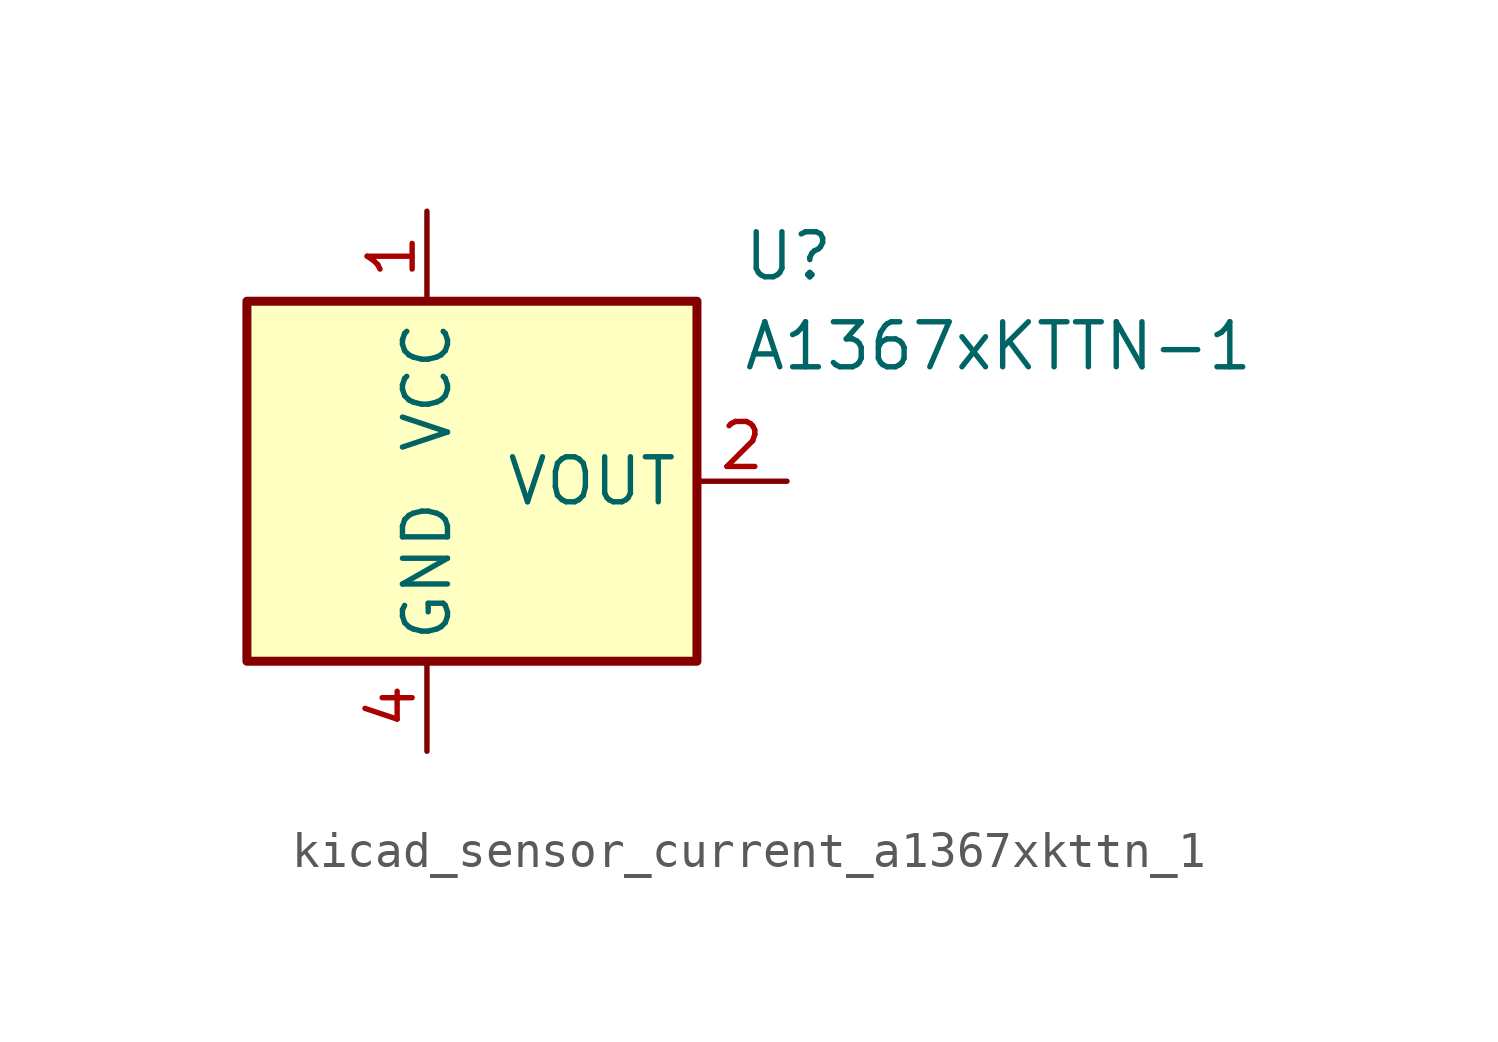
<source format=kicad_sym>
(kicad_symbol_lib
  (version 20220914)
  (generator kicad_symbol_editor)
  (symbol "kicad_sensor_current_a1367xkttn_1"
    (property "Reference" "U"
      (at 8.89 6.35 0)
      (effects (font (size 1.27 1.27)) (justify left)))
    (property "Value" "A1367xKTTN-1"
      (at 8.89 3.81 0)
      (effects (font (size 1.27 1.27)) (justify left)))
    (symbol "kicad_sensor_current_a1367xkttn_1_0_1"
      (rectangle (start -5.08 5.08) (end 7.62 -5.08) (stroke (width 0.254) (type default)) (fill (type background))))
    (symbol "kicad_sensor_current_a1367xkttn_1_1_1"
      (pin power_in line (at 0 7.62 270) (length 2.54) (name "VCC" (effects (font (size 1.27 1.27)))) (number "1" (effects (font (size 1.27 1.27)))))
      (pin output line (at 10.16 0 180) (length 2.54) (name "VOUT" (effects (font (size 1.27 1.27)))) (number "2" (effects (font (size 1.27 1.27)))))
      (pin no_connect line (at 7.62 -2.54 180) (length 2.54) hide (name "NC" (effects (font (size 1.27 1.27)))) (number "3" (effects (font (size 1.27 1.27)))))
      (pin power_in line (at 0 -7.62 90) (length 2.54) (name "GND" (effects (font (size 1.27 1.27)))) (number "4" (effects (font (size 1.27 1.27))))))))
</source>
